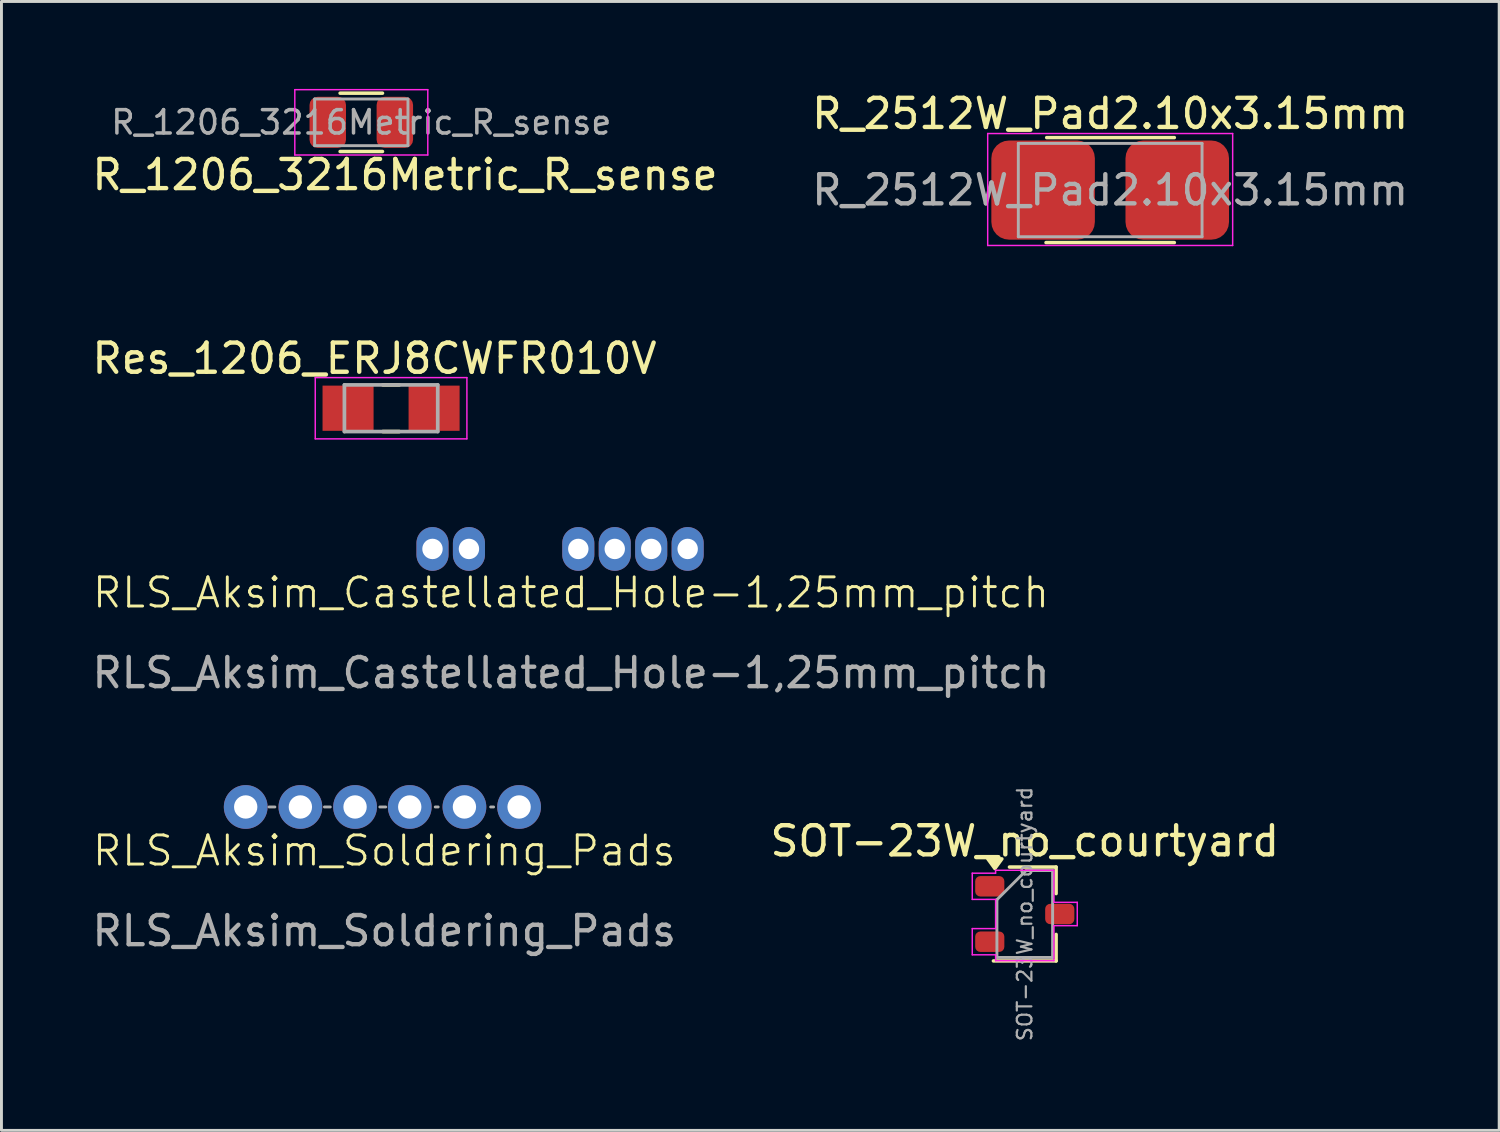
<source format=kicad_pcb>
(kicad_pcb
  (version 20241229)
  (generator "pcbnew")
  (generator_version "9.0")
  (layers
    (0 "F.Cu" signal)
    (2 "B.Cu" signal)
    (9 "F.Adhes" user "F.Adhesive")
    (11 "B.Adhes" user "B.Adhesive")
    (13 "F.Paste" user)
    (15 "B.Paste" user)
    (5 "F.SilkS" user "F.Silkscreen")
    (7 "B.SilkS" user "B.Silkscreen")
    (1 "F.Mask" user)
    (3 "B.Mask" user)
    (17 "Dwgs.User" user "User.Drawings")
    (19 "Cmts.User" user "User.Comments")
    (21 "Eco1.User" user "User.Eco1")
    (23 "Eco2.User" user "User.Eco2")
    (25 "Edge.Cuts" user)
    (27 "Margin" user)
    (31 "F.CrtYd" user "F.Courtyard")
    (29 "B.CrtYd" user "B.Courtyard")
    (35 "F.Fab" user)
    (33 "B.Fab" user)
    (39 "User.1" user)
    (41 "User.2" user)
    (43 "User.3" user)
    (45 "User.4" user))
  (footprint "RLS_Aksim_Castellated_Hole-1,25mm_pitch"
    (layer "F.Cu")
    (at 11.78 15.773)
    (property "Reference" "RLS_Aksim_Castellated_Hole-1,25mm_pitch" (at 4.75 1.5 0) (unlocked yes) (layer "F.SilkS") (effects (font (size 1 1) (thickness 0.1))))
    (attr through_hole)
    (fp_text user "${REFERENCE}" (at 4.75 4.25 0) (unlocked yes) (layer "F.Fab") (effects (font (size 1 1) (thickness 0.15))))
    (pad "1" thru_hole oval (at 0 0) (size 1.1 1.5) (drill 0.7) (property pad_prop_castellated) (layers "*.Cu" "*.Mask"))
    (pad "2" thru_hole oval (at 1.25 0) (size 1.1 1.5) (drill 0.7) (property pad_prop_castellated) (layers "*.Cu" "*.Mask"))
    (pad "5" thru_hole oval (at 5 0) (size 1.1 1.5) (drill 0.7) (property pad_prop_castellated) (layers "*.Cu" "*.Mask"))
    (pad "6" thru_hole oval (at 6.25 0) (size 1.1 1.5) (drill 0.7) (property pad_prop_castellated) (layers "*.Cu" "*.Mask"))
    (pad "7" thru_hole oval (at 7.5 0) (size 1.1 1.5) (drill 0.7) (property pad_prop_castellated) (layers "*.Cu" "*.Mask"))
    (pad "8" thru_hole oval (at 8.75 0) (size 1.1 1.5) (drill 0.7) (property pad_prop_castellated) (layers "*.Cu" "*.Mask")))
  (footprint "Res_1206_ERJ8CWFR010V"
    (layer "F.Cu")
    (at 10.36 10.948)
    (property "Reference" "Res_1206_ERJ8CWFR010V" (at -0.568 -1.706 0) (layer "F.SilkS") (effects (font (size 1 1) (thickness 0.15))))
    (attr smd)
    (fp_line (start -0.28 -0.8) (end 0.28 -0.8) (stroke (width 0.127) (type solid)) (layer "F.SilkS"))
    (fp_line (start -0.28 0.8) (end 0.28 0.8) (stroke (width 0.127) (type solid)) (layer "F.SilkS"))
    (fp_line (start -2.6 -1.05) (end -2.6 1.05) (stroke (width 0.05) (type solid)) (layer "F.CrtYd"))
    (fp_line (start -2.6 1.05) (end 2.6 1.05) (stroke (width 0.05) (type solid)) (layer "F.CrtYd"))
    (fp_line (start 2.6 -1.05) (end -2.6 -1.05) (stroke (width 0.05) (type solid)) (layer "F.CrtYd"))
    (fp_line (start 2.6 1.05) (end 2.6 -1.05) (stroke (width 0.05) (type solid)) (layer "F.CrtYd"))
    (fp_line (start -1.6 -0.8) (end -1.6 0.8) (stroke (width 0.127) (type solid)) (layer "F.Fab"))
    (fp_line (start -1.6 -0.8) (end 1.6 -0.8) (stroke (width 0.127) (type solid)) (layer "F.Fab"))
    (fp_line (start -1.6 0.8) (end 1.6 0.8) (stroke (width 0.127) (type solid)) (layer "F.Fab"))
    (fp_line (start 1.6 -0.8) (end 1.6 0.8) (stroke (width 0.127) (type solid)) (layer "F.Fab"))
    (pad "1" smd rect (at -1.475 0) (size 1.75 1.55) (layers "F.Cu" "F.Mask" "F.Paste"))
    (pad "2" smd rect (at 1.475 0) (size 1.75 1.55) (layers "F.Cu" "F.Mask" "F.Paste")))
  (footprint "R_1206_3216Metric_R_sense"
    (layer "F.Cu")
    (at 9.339 1.145)
    (property "Reference" "R_1206_3216Metric_R_sense" (at 1.5 1.8 180) (layer "F.SilkS") (effects (font (size 1 1) (thickness 0.15))))
    (attr smd)
    (fp_line (start -0.727 -1) (end 0.727 -1) (stroke (width 0.12) (type solid)) (layer "F.SilkS"))
    (fp_line (start -0.727 1) (end 0.727 1) (stroke (width 0.12) (type solid)) (layer "F.SilkS"))
    (fp_line (start -2.28 -1.12) (end 2.28 -1.12) (stroke (width 0.05) (type solid)) (layer "F.CrtYd"))
    (fp_line (start -2.28 1.12) (end -2.28 -1.12) (stroke (width 0.05) (type solid)) (layer "F.CrtYd"))
    (fp_line (start 2.28 -1.12) (end 2.28 1.12) (stroke (width 0.05) (type solid)) (layer "F.CrtYd"))
    (fp_line (start 2.28 1.12) (end -2.28 1.12) (stroke (width 0.05) (type solid)) (layer "F.CrtYd"))
    (fp_line (start -1.6 -0.8) (end 1.6 -0.8) (stroke (width 0.1) (type solid)) (layer "F.Fab"))
    (fp_line (start -1.6 0.8) (end -1.6 -0.8) (stroke (width 0.1) (type solid)) (layer "F.Fab"))
    (fp_line (start 1.6 -0.8) (end 1.6 0.8) (stroke (width 0.1) (type solid)) (layer "F.Fab"))
    (fp_line (start 1.6 0.8) (end -1.6 0.8) (stroke (width 0.1) (type solid)) (layer "F.Fab"))
    (fp_text user "${REFERENCE}" (at 0 0 180) (layer "F.Fab") (effects (font (size 0.8 0.8) (thickness 0.12))))
    (pad "1" smd roundrect (at -1.15 0) (size 1.25 1.75) (layers "F.Cu" "F.Mask" "F.Paste") (roundrect_rratio 0.222))
    (pad "2" smd roundrect (at 1.15 0) (size 1.25 1.75) (layers "F.Cu" "F.Mask" "F.Paste") (roundrect_rratio 0.222)))
  (footprint "RLS_Aksim_Soldering_Pads"
    (layer "F.Cu")
    (at 5.375 24.621)
    (property "Reference" "RLS_Aksim_Soldering_Pads" (at 4.75 1.5 0) (unlocked yes) (layer "F.SilkS") (effects (font (size 1 1) (thickness 0.1))))
    (attr through_hole)
    (fp_line (start 0.8 0) (end 1 0) (stroke (width 0.1) (type default)) (layer "F.Fab"))
    (fp_line (start 2.7 0) (end 2.9 0) (stroke (width 0.1) (type default)) (layer "F.Fab"))
    (fp_line (start 4.6 0) (end 4.8 0) (stroke (width 0.1) (type default)) (layer "F.Fab"))
    (fp_line (start 6.5 0) (end 6.6 0) (stroke (width 0.1) (type default)) (layer "F.Fab"))
    (fp_line (start 8.4 0) (end 8.5 0) (stroke (width 0.1) (type default)) (layer "F.Fab"))
    (fp_text user "${REFERENCE}" (at 4.75 4.25 0) (unlocked yes) (layer "F.Fab") (effects (font (size 1 1) (thickness 0.15))))
    (pad "1" thru_hole oval (at 0 0) (size 1.5 1.5) (drill 0.8) (property pad_prop_castellated) (layers "*.Cu" "*.Mask"))
    (pad "2" thru_hole oval (at 1.875 0) (size 1.5 1.5) (drill 0.8) (property pad_prop_castellated) (layers "*.Cu" "*.Mask"))
    (pad "3" thru_hole oval (at 3.75 0) (size 1.5 1.5) (drill 0.8) (property pad_prop_castellated) (layers "*.Cu" "*.Mask"))
    (pad "4" thru_hole oval (at 5.625 0) (size 1.5 1.5) (drill 0.8) (property pad_prop_castellated) (layers "*.Cu" "*.Mask"))
    (pad "5" thru_hole oval (at 7.5 0) (size 1.5 1.5) (drill 0.8) (property pad_prop_castellated) (layers "*.Cu" "*.Mask"))
    (pad "6" thru_hole oval (at 9.375 0) (size 1.5 1.5) (drill 0.8) (property pad_prop_castellated) (layers "*.Cu" "*.Mask")))
  (footprint "SOT-23W_no_courtyard"
    (layer "F.Cu")
    (at 32.089 28.291)
    (property "Reference" "SOT-23W_no_courtyard" (at 0 -2.5 0) (layer "F.SilkS") (effects (font (size 1 1) (thickness 0.15))))
    (attr smd)
    (fp_line (start -1.075 1.61) (end 1.075 1.61) (stroke (width 0.12) (type solid)) (layer "F.SilkS"))
    (fp_line (start -0.525 -1.61) (end 1.075 -1.61) (stroke (width 0.12) (type solid)) (layer "F.SilkS"))
    (fp_line (start 1.075 -1.61) (end 1.075 -0.7) (stroke (width 0.12) (type solid)) (layer "F.SilkS"))
    (fp_line (start 1.075 0.7) (end 1.075 1.61) (stroke (width 0.12) (type solid)) (layer "F.SilkS"))
    (fp_poly (pts (xy -1.025 -1.56) (xy -1.265 -1.89) (xy -0.785 -1.89) (xy -1.025 -1.56)) (stroke (width 0.12) (type solid)) (fill yes) (layer "F.SilkS"))
    (fp_line (start -1.8 -1.4) (end -1.8 -0.5) (stroke (width 0.05) (type default)) (layer "F.CrtYd"))
    (fp_line (start -1.8 -0.5) (end -1 -0.5) (stroke (width 0.05) (type default)) (layer "F.CrtYd"))
    (fp_line (start -1.8 0.5) (end -1.8 1.4) (stroke (width 0.05) (type default)) (layer "F.CrtYd"))
    (fp_line (start -1.8 1.4) (end -1 1.4) (stroke (width 0.05) (type default)) (layer "F.CrtYd"))
    (fp_line (start -1 -1.5) (end -1 -1.4) (stroke (width 0.05) (type default)) (layer "F.CrtYd"))
    (fp_line (start -1 -1.4) (end -1.8 -1.4) (stroke (width 0.05) (type default)) (layer "F.CrtYd"))
    (fp_line (start -1 -0.5) (end -1 0.5) (stroke (width 0.05) (type default)) (layer "F.CrtYd"))
    (fp_line (start -1 0.5) (end -1.8 0.5) (stroke (width 0.05) (type default)) (layer "F.CrtYd"))
    (fp_line (start -1 1.4) (end -1 1.6) (stroke (width 0.05) (type default)) (layer "F.CrtYd"))
    (fp_line (start -1 1.6) (end 1 1.6) (stroke (width 0.05) (type default)) (layer "F.CrtYd"))
    (fp_line (start 1 -1.5) (end -1 -1.5) (stroke (width 0.05) (type default)) (layer "F.CrtYd"))
    (fp_line (start 1 -0.4) (end 1 -1.5) (stroke (width 0.05) (type default)) (layer "F.CrtYd"))
    (fp_line (start 1 0.4) (end 1.8 0.4) (stroke (width 0.05) (type default)) (layer "F.CrtYd"))
    (fp_line (start 1 1.6) (end 1 0.4) (stroke (width 0.05) (type default)) (layer "F.CrtYd"))
    (fp_line (start 1.8 -0.4) (end 1 -0.4) (stroke (width 0.05) (type default)) (layer "F.CrtYd"))
    (fp_line (start 1.8 0.4) (end 1.8 -0.4) (stroke (width 0.05) (type default)) (layer "F.CrtYd"))
    (fp_line (start -0.955 -0.49) (end -0.955 1.49) (stroke (width 0.1) (type solid)) (layer "F.Fab"))
    (fp_line (start -0.955 -0.49) (end 0.045 -1.49) (stroke (width 0.1) (type solid)) (layer "F.Fab"))
    (fp_line (start -0.955 1.49) (end 0.955 1.49) (stroke (width 0.1) (type solid)) (layer "F.Fab"))
    (fp_line (start 0.045 -1.49) (end 0.955 -1.49) (stroke (width 0.1) (type solid)) (layer "F.Fab"))
    (fp_line (start 0.955 -1.49) (end 0.955 1.49) (stroke (width 0.1) (type solid)) (layer "F.Fab"))
    (fp_text user "${REFERENCE}" (at 0 0 90) (layer "F.Fab") (effects (font (size 0.5 0.5) (thickness 0.075))))
    (pad "1" smd roundrect (at -1.2 -0.95) (size 1 0.7) (layers "F.Cu" "F.Mask" "F.Paste") (roundrect_rratio 0.25))
    (pad "2" smd roundrect (at -1.2 0.95) (size 1 0.7) (layers "F.Cu" "F.Mask" "F.Paste") (roundrect_rratio 0.25))
    (pad "3" smd roundrect (at 1.2 0) (size 1 0.7) (layers "F.Cu" "F.Mask" "F.Paste") (roundrect_rratio 0.25)))
  (footprint "R_2512W_Pad2.10x3.15mm"
    (layer "F.Cu")
    (at 35.018 3.468)
    (property "Reference" "R_2512W_Pad2.10x3.15mm" (at 0 -2.62 0) (layer "F.SilkS") (effects (font (size 1 1) (thickness 0.15))))
    (attr smd)
    (fp_line (start -2.2 1.8) (end 2.2 1.8) (stroke (width 0.12) (type solid)) (layer "F.SilkS"))
    (fp_line (start -2.177 -1.8) (end 2.2 -1.8) (stroke (width 0.12) (type solid)) (layer "F.SilkS"))
    (fp_line (start -4.2 -1.94) (end 4.2 -1.94) (stroke (width 0.05) (type solid)) (layer "F.CrtYd"))
    (fp_line (start -4.2 1.9) (end -4.2 -1.94) (stroke (width 0.05) (type solid)) (layer "F.CrtYd"))
    (fp_line (start 4.2 -1.94) (end 4.2 1.9) (stroke (width 0.05) (type solid)) (layer "F.CrtYd"))
    (fp_line (start 4.2 1.9) (end -4.2 1.9) (stroke (width 0.05) (type solid)) (layer "F.CrtYd"))
    (fp_line (start -3.15 -1.6) (end 3.15 -1.6) (stroke (width 0.1) (type solid)) (layer "F.Fab"))
    (fp_line (start -3.15 1.6) (end -3.15 -1.6) (stroke (width 0.1) (type solid)) (layer "F.Fab"))
    (fp_line (start 3.15 -1.6) (end 3.15 1.6) (stroke (width 0.1) (type solid)) (layer "F.Fab"))
    (fp_line (start 3.15 1.6) (end -3.15 1.6) (stroke (width 0.1) (type solid)) (layer "F.Fab"))
    (fp_text user "${REFERENCE}" (at 0 0 0) (layer "F.Fab") (effects (font (size 1 1) (thickness 0.15))))
    (pad "1" smd roundrect (at -2.3 0) (size 3.55 3.4) (layers "F.Cu" "F.Mask" "F.Paste") (roundrect_rratio 0.179))
    (pad "2" smd roundrect (at 2.3 0) (size 3.55 3.4) (layers "F.Cu" "F.Mask" "F.Paste") (roundrect_rratio 0.179)))
  (gr_rect
    (start -3 -3)
    (end 48.357 35.71)
    (stroke (width 0.1) (type default))
    (fill no)
    (layer "Edge.Cuts")))
</source>
